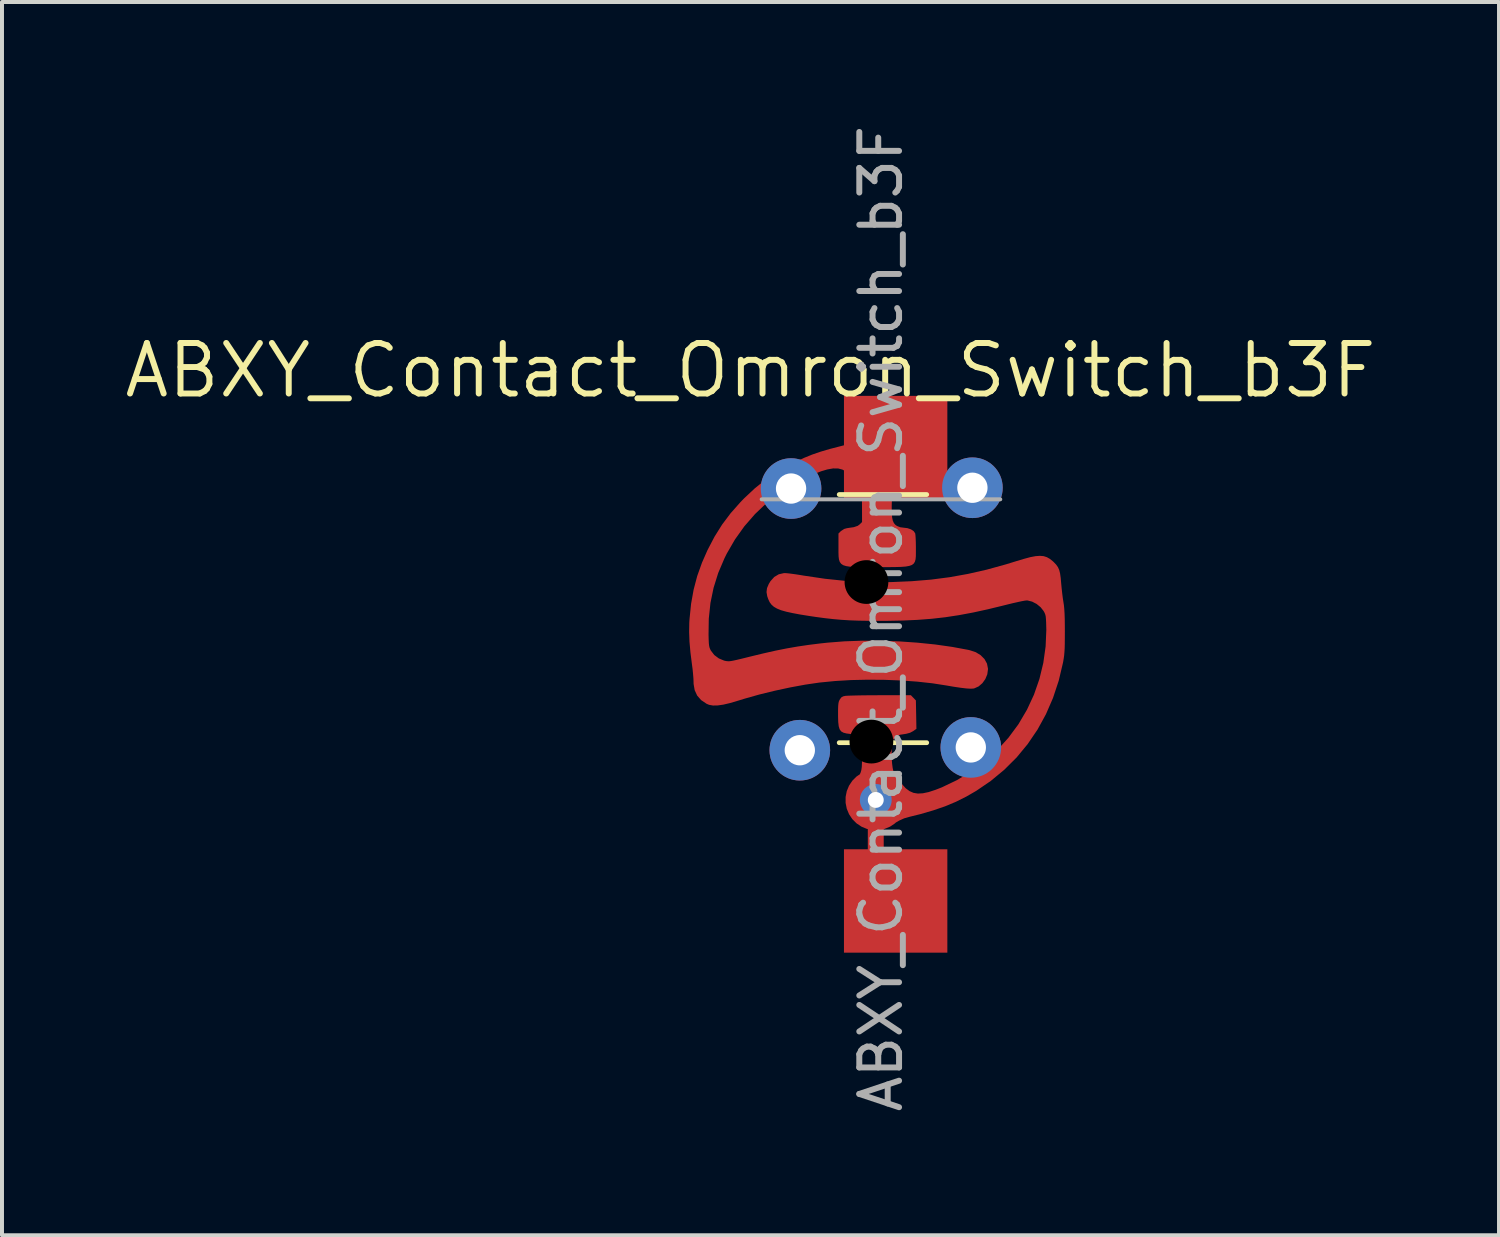
<source format=kicad_pcb>
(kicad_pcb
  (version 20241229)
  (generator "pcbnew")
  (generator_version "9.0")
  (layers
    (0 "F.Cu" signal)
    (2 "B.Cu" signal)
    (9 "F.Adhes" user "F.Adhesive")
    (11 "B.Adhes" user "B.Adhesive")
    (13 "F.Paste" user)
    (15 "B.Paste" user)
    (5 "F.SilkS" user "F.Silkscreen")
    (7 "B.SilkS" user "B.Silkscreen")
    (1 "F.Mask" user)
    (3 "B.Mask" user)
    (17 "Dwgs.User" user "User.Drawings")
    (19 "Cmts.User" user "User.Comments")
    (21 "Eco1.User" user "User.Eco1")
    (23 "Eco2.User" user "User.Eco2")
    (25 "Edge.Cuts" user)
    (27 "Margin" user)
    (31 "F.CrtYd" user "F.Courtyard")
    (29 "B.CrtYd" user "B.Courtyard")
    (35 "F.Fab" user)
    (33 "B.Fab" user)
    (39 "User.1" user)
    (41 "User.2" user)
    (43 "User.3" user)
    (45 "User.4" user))
  (footprint "ABXY_Contact_Omron_Switch_b3F"
    (layer "F.Cu")
    (at 18.972 12.765)
    (property "Reference" "ABXY_Contact_Omron_Switch_b3F" (at -3.15 -6.5 0) (layer "F.SilkS") (effects (font (size 1.27 1.27) (thickness 0.15))))
    (attr through_hole)
    (fp_rect (start -0.8 -5.86) (end 1.8 -3.26) (stroke (width 0) (type solid)) (fill yes) (layer "F.Mask"))
    (fp_rect (start -0.8 5.54) (end 1.8 8.14) (stroke (width 0) (type solid)) (fill yes) (layer "F.Mask"))
    (fp_circle (center 0 0) (end 4.05 0.06) (stroke (width 0.12) (type solid)) (fill yes) (layer "F.Mask"))
    (fp_line (start -0.919 -3.379) (end 1.281 -3.379) (stroke (width 0.12) (type solid)) (layer "F.SilkS"))
    (fp_line (start 1.281 2.861) (end -0.919 2.861) (stroke (width 0.12) (type solid)) (layer "F.SilkS"))
    (fp_line (start -2.869 -3.259) (end 3.131 -3.259) (stroke (width 0.1) (type solid)) (layer "F.Fab"))
    (fp_text user "${REFERENCE}" (at 0.131 -0.259 90) (layer "F.Fab") (effects (font (size 1 1) (thickness 0.15))))
    (pad "" np_thru_hole circle (at -2.13 -3.53) (size 1.524 1.524) (drill 0.762) (layers "*.Cu" "*.Mask"))
    (pad "" np_thru_hole circle (at -0.234 -1.179) (size 1.1 1.1) (drill 1.1) (layers "*.Mask"))
    (pad "" np_thru_hole circle (at -0.11 2.833) (size 1.1 1.1) (drill 1.1) (layers "*.Mask"))
    (pad "" np_thru_hole circle (at 2.39 2.98) (size 1.524 1.524) (drill 0.762) (layers "*.Cu" "*.Mask"))
    (pad "1" smd custom (at 0 -4.2) (size 1.524 1.524) (layers "F.Cu" "F.Mask" "F.Paste") (options (anchor circle)) (primitives (gr_rect (start -0.8 -1.66) (end 1.8 0.94) (width 0) (fill yes)) (gr_poly (pts (xy 0.252 -0.691) (xy 0.406 -0.622) (xy 0.542 -0.517) (xy 0.562 -0.495) (xy 0.646 -0.394) (xy 0.702 -0.297) (xy 0.735 -0.19) (xy 0.749 -0.061) (xy 0.75 0.007) (xy 0.748 0.108) (xy 0.742 0.179) (xy 0.729 0.235) (xy 0.707 0.289) (xy 0.694 0.315) (xy 0.647 0.392) (xy 0.588 0.478) (xy 0.55 0.527) (xy 0.494 0.603) (xy 0.453 0.683) (xy 0.424 0.775) (xy 0.407 0.887) (xy 0.398 1.027) (xy 0.396 1.134) (xy 0.398 1.282) (xy 0.406 1.394) (xy 0.423 1.478) (xy 0.451 1.54) (xy 0.49 1.586) (xy 0.532 1.616) (xy 0.614 1.648) (xy 0.697 1.659) (xy 0.796 1.671) (xy 0.884 1.701) (xy 0.951 1.746) (xy 0.987 1.799) (xy 0.987 1.8) (xy 0.993 1.842) (xy 0.998 1.917) (xy 1.002 2.016) (xy 1.004 2.128) (xy 1.004 2.167) (xy 1.004 2.278) (xy 1.003 2.371) (xy 0.996 2.447) (xy 0.98 2.506) (xy 0.952 2.552) (xy 0.907 2.587) (xy 0.842 2.61) (xy 0.754 2.626) (xy 0.638 2.635) (xy 0.492 2.639) (xy 0.311 2.641) (xy 0.092 2.641) (xy 0.051 2.641) (xy -0.178 2.642) (xy -0.369 2.641) (xy -0.525 2.638) (xy -0.649 2.63) (xy -0.745 2.615) (xy -0.817 2.592) (xy -0.867 2.558) (xy -0.901 2.512) (xy -0.921 2.451) (xy -0.93 2.375) (xy -0.933 2.28) (xy -0.933 2.166) (xy -0.933 2.119) (xy -0.933 1.803) (xy -0.874 1.744) (xy -0.791 1.69) (xy -0.725 1.672) (xy -0.642 1.659) (xy -0.556 1.647) (xy -0.548 1.645) (xy -0.451 1.612) (xy -0.399 1.573) (xy -0.34 1.514) (xy -0.341 1.136) (xy -0.342 0.974) (xy -0.349 0.846) (xy -0.363 0.742) (xy -0.389 0.656) (xy -0.429 0.577) (xy -0.486 0.498) (xy -0.564 0.409) (xy -0.632 0.338) (xy -0.732 0.248) (xy -0.835 0.189) (xy -0.946 0.16) (xy -1.073 0.159) (xy -1.221 0.185) (xy -1.372 0.23) (xy -1.74 0.375) (xy -2.094 0.558) (xy -2.43 0.777) (xy -2.747 1.028) (xy -3.041 1.309) (xy -3.308 1.616) (xy -3.545 1.948) (xy -3.75 2.302) (xy -3.809 2.421) (xy -3.966 2.79) (xy -4.083 3.164) (xy -4.162 3.547) (xy -4.204 3.944) (xy -4.21 4.339) (xy -4.207 4.463) (xy -4.203 4.554) (xy -4.196 4.619) (xy -4.186 4.667) (xy -4.171 4.707) (xy -4.151 4.747) (xy -4.15 4.748) (xy -4.064 4.86) (xy -3.949 4.946) (xy -3.816 5.001) (xy -3.8 5.005) (xy -3.762 5.013) (xy -3.727 5.017) (xy -3.688 5.018) (xy -3.641 5.013) (xy -3.578 5.001) (xy -3.495 4.983) (xy -3.385 4.957) (xy -3.243 4.922) (xy -3.159 4.901) (xy -2.824 4.82) (xy -2.519 4.751) (xy -2.233 4.694) (xy -1.956 4.646) (xy -1.677 4.605) (xy -1.386 4.569) (xy -1.208 4.55) (xy -0.789 4.517) (xy -0.345 4.501) (xy 0.114 4.502) (xy 0.58 4.518) (xy 1.042 4.55) (xy 1.493 4.596) (xy 1.922 4.657) (xy 2.322 4.731) (xy 2.365 4.741) (xy 2.513 4.79) (xy 2.635 4.865) (xy 2.73 4.961) (xy 2.792 5.074) (xy 2.817 5.2) (xy 2.817 5.212) (xy 2.8 5.339) (xy 2.751 5.458) (xy 2.677 5.561) (xy 2.584 5.641) (xy 2.478 5.689) (xy 2.457 5.694) (xy 2.387 5.698) (xy 2.281 5.692) (xy 2.138 5.675) (xy 1.956 5.648) (xy 1.776 5.617) (xy 1.423 5.562) (xy 1.039 5.52) (xy 0.633 5.491) (xy 0.214 5.475) (xy -0.208 5.472) (xy -0.624 5.481) (xy -1.024 5.505) (xy -1.4 5.542) (xy -1.42 5.544) (xy -1.774 5.596) (xy -2.153 5.666) (xy -2.543 5.75) (xy -2.931 5.845) (xy -3.303 5.95) (xy -3.462 5.999) (xy -3.665 6.059) (xy -3.835 6.099) (xy -3.977 6.119) (xy -4.093 6.121) (xy -4.189 6.104) (xy -4.252 6.078) (xy -4.388 5.986) (xy -4.487 5.873) (xy -4.549 5.738) (xy -4.576 5.582) (xy -4.577 5.533) (xy -4.58 5.448) (xy -4.589 5.337) (xy -4.601 5.213) (xy -4.617 5.092) (xy -4.655 4.792) (xy -4.679 4.523) (xy -4.688 4.274) (xy -4.684 4.038) (xy -4.678 3.95) (xy -4.639 3.568) (xy -4.575 3.212) (xy -4.485 2.871) (xy -4.365 2.535) (xy -4.226 2.219) (xy -4.051 1.884) (xy -3.86 1.579) (xy -3.645 1.293) (xy -3.398 1.014) (xy -3.304 0.917) (xy -3.039 0.669) (xy -2.77 0.452) (xy -2.488 0.26) (xy -2.18 0.084) (xy -2.002 -0.005) (xy -1.796 -0.099) (xy -1.594 -0.181) (xy -1.383 -0.253) (xy -1.152 -0.321) (xy -0.943 -0.375) (xy -0.786 -0.416) (xy -0.665 -0.453) (xy -0.573 -0.487) (xy -0.506 -0.521) (xy -0.499 -0.526) (xy -0.386 -0.595) (xy -0.299 -0.644) (xy -0.227 -0.677) (xy -0.163 -0.698) (xy -0.095 -0.712) (xy -0.094 -0.713) (xy 0.084 -0.722) (xy 0.252 -0.691)) (width 0.01) (fill yes))))
    (pad "2" thru_hole circle (at 0 4.3) (size 0.8 0.8) (drill 0.4) (layers "*.Cu" "*.Mask"))
    (pad "2" smd custom (at 0 4.3) (size 1.524 1.524) (layers "F.Cu" "F.Mask" "F.Paste") (options (anchor circle)) (primitives (gr_line (start 0 0) (end 0 2) (width 0.4)) (gr_rect (start -0.8 1.24) (end 1.8 3.84) (width 0) (fill yes)) (gr_poly (pts (xy 4.221 -6.125) (xy 4.302 -6.099) (xy 4.377 -6.056) (xy 4.451 -5.996) (xy 4.472 -5.977) (xy 4.532 -5.914) (xy 4.576 -5.852) (xy 4.608 -5.781) (xy 4.63 -5.693) (xy 4.646 -5.578) (xy 4.656 -5.462) (xy 4.668 -5.333) (xy 4.683 -5.196) (xy 4.699 -5.069) (xy 4.713 -4.98) (xy 4.726 -4.897) (xy 4.735 -4.804) (xy 4.742 -4.694) (xy 4.747 -4.56) (xy 4.749 -4.396) (xy 4.75 -4.238) (xy 4.749 -4.063) (xy 4.748 -3.923) (xy 4.745 -3.809) (xy 4.739 -3.715) (xy 4.732 -3.633) (xy 4.721 -3.555) (xy 4.707 -3.473) (xy 4.703 -3.452) (xy 4.596 -3) (xy 4.453 -2.568) (xy 4.275 -2.158) (xy 4.063 -1.771) (xy 3.817 -1.409) (xy 3.539 -1.072) (xy 3.228 -0.762) (xy 2.887 -0.48) (xy 2.525 -0.233) (xy 2.272 -0.087) (xy 2.014 0.042) (xy 1.741 0.156) (xy 1.447 0.257) (xy 1.125 0.351) (xy 0.858 0.417) (xy 0.713 0.458) (xy 0.587 0.515) (xy 0.516 0.556) (xy 0.435 0.605) (xy 0.359 0.647) (xy 0.301 0.677) (xy 0.292 0.681) (xy 0.186 0.71) (xy 0.062 0.723) (xy -0.061 0.719) (xy -0.088 0.715) (xy -0.231 0.671) (xy -0.369 0.593) (xy -0.491 0.489) (xy -0.587 0.367) (xy -0.611 0.322) (xy -0.664 0.173) (xy -0.683 0.008) (xy -0.676 -0.109) (xy -0.658 -0.205) (xy -0.63 -0.287) (xy -0.587 -0.369) (xy -0.52 -0.464) (xy -0.496 -0.496) (xy -0.443 -0.566) (xy -0.404 -0.626) (xy -0.377 -0.684) (xy -0.358 -0.749) (xy -0.347 -0.829) (xy -0.342 -0.931) (xy -0.34 -1.063) (xy -0.34 -1.139) (xy -0.34 -1.512) (xy -0.409 -1.58) (xy -0.451 -1.617) (xy -0.493 -1.64) (xy -0.55 -1.654) (xy -0.633 -1.663) (xy -0.735 -1.676) (xy -0.812 -1.696) (xy -0.867 -1.728) (xy -0.905 -1.78) (xy -0.927 -1.855) (xy -0.939 -1.959) (xy -0.943 -2.098) (xy -0.943 -2.153) (xy -0.943 -2.275) (xy -0.94 -2.362) (xy -0.934 -2.424) (xy -0.925 -2.469) (xy -0.91 -2.505) (xy -0.9 -2.523) (xy -0.863 -2.574) (xy -0.817 -2.6) (xy -0.762 -2.612) (xy -0.72 -2.615) (xy -0.64 -2.618) (xy -0.529 -2.621) (xy -0.392 -2.624) (xy -0.235 -2.626) (xy -0.063 -2.627) (xy 0.106 -2.628) (xy 0.88 -2.629) (xy 0.942 -2.565) (xy 1.004 -2.5) (xy 1.011 -2.145) (xy 1.017 -1.79) (xy 0.935 -1.733) (xy 0.861 -1.694) (xy 0.766 -1.668) (xy 0.698 -1.657) (xy 0.61 -1.644) (xy 0.551 -1.626) (xy 0.507 -1.6) (xy 0.479 -1.574) (xy 0.447 -1.539) (xy 0.427 -1.503) (xy 0.414 -1.454) (xy 0.405 -1.38) (xy 0.4 -1.324) (xy 0.394 -1.189) (xy 0.396 -1.05) (xy 0.405 -0.919) (xy 0.42 -0.803) (xy 0.44 -0.714) (xy 0.454 -0.68) (xy 0.493 -0.616) (xy 0.549 -0.534) (xy 0.616 -0.446) (xy 0.682 -0.365) (xy 0.738 -0.302) (xy 0.758 -0.283) (xy 0.849 -0.216) (xy 0.948 -0.173) (xy 1.058 -0.155) (xy 1.184 -0.162) (xy 1.332 -0.193) (xy 1.505 -0.25) (xy 1.664 -0.312) (xy 2.046 -0.495) (xy 2.408 -0.713) (xy 2.745 -0.964) (xy 3.056 -1.247) (xy 3.338 -1.558) (xy 3.589 -1.897) (xy 3.597 -1.91) (xy 3.808 -2.269) (xy 3.983 -2.646) (xy 4.12 -3.04) (xy 4.218 -3.445) (xy 4.276 -3.858) (xy 4.294 -4.275) (xy 4.292 -4.346) (xy 4.289 -4.467) (xy 4.284 -4.555) (xy 4.278 -4.618) (xy 4.267 -4.664) (xy 4.251 -4.704) (xy 4.229 -4.745) (xy 4.226 -4.751) (xy 4.149 -4.849) (xy 4.048 -4.932) (xy 3.934 -4.991) (xy 3.82 -5.02) (xy 3.789 -5.021) (xy 3.746 -5.016) (xy 3.669 -5.002) (xy 3.564 -4.979) (xy 3.439 -4.951) (xy 3.301 -4.917) (xy 3.213 -4.895) (xy 2.814 -4.798) (xy 2.443 -4.717) (xy 2.09 -4.651) (xy 1.748 -4.599) (xy 1.405 -4.56) (xy 1.053 -4.533) (xy 0.682 -4.516) (xy 0.283 -4.508) (xy 0.094 -4.507) (xy -0.186 -4.509) (xy -0.433 -4.513) (xy -0.656 -4.521) (xy -0.864 -4.534) (xy -1.067 -4.552) (xy -1.273 -4.575) (xy -1.492 -4.604) (xy -1.674 -4.631) (xy -1.904 -4.668) (xy -2.095 -4.704) (xy -2.253 -4.739) (xy -2.38 -4.775) (xy -2.481 -4.816) (xy -2.559 -4.861) (xy -2.619 -4.914) (xy -2.665 -4.977) (xy -2.699 -5.05) (xy -2.725 -5.125) (xy -2.742 -5.227) (xy -2.73 -5.325) (xy -2.685 -5.43) (xy -2.642 -5.5) (xy -2.55 -5.602) (xy -2.438 -5.669) (xy -2.311 -5.698) (xy -2.282 -5.699) (xy -2.226 -5.695) (xy -2.138 -5.685) (xy -2.027 -5.67) (xy -1.903 -5.651) (xy -1.815 -5.636) (xy -1.275 -5.556) (xy -0.753 -5.502) (xy -0.234 -5.474) (xy 0.296 -5.471) (xy 0.39 -5.473) (xy 0.904 -5.495) (xy 1.39 -5.535) (xy 1.86 -5.596) (xy 2.322 -5.679) (xy 2.789 -5.785) (xy 3.271 -5.918) (xy 3.534 -5.999) (xy 3.727 -6.057) (xy 3.887 -6.1) (xy 4.019 -6.125) (xy 4.128 -6.133) (xy 4.221 -6.125)) (width 0.01) (fill yes))))
    (pad "3" thru_hole circle (at 2.43 -3.55) (size 1.524 1.524) (drill 0.762) (layers "*.Cu" "*.Mask"))
    (pad "5" thru_hole circle (at -1.91 3.05) (size 1.524 1.524) (drill 0.762) (layers "*.Cu" "*.Mask"))
    (zone (net_name "") (layer "F.Cu") (hatch edge 0.508) (connect_pads) (min_thickness 0.254) (filled_areas_thickness no) (keepout (tracks not_allowed) (vias not_allowed) (pads allowed) (copperpour not_allowed) (footprints not_allowed)) (placement (enabled no)) (fill) (polygon (pts (xy 22.506 11.066) (xy 22.572 14.365) (xy 20.572 16.165) (xy 17.372 16.165) (xy 15.372 14.365) (xy 15.372 11.165) (xy 17.372 9.365) (xy 20.572 9.365)))))
  (gr_rect
    (start -3 -3)
    (end 34.644 28.012)
    (stroke (width 0.1) (type default))
    (fill no)
    (layer "Edge.Cuts")))
</source>
